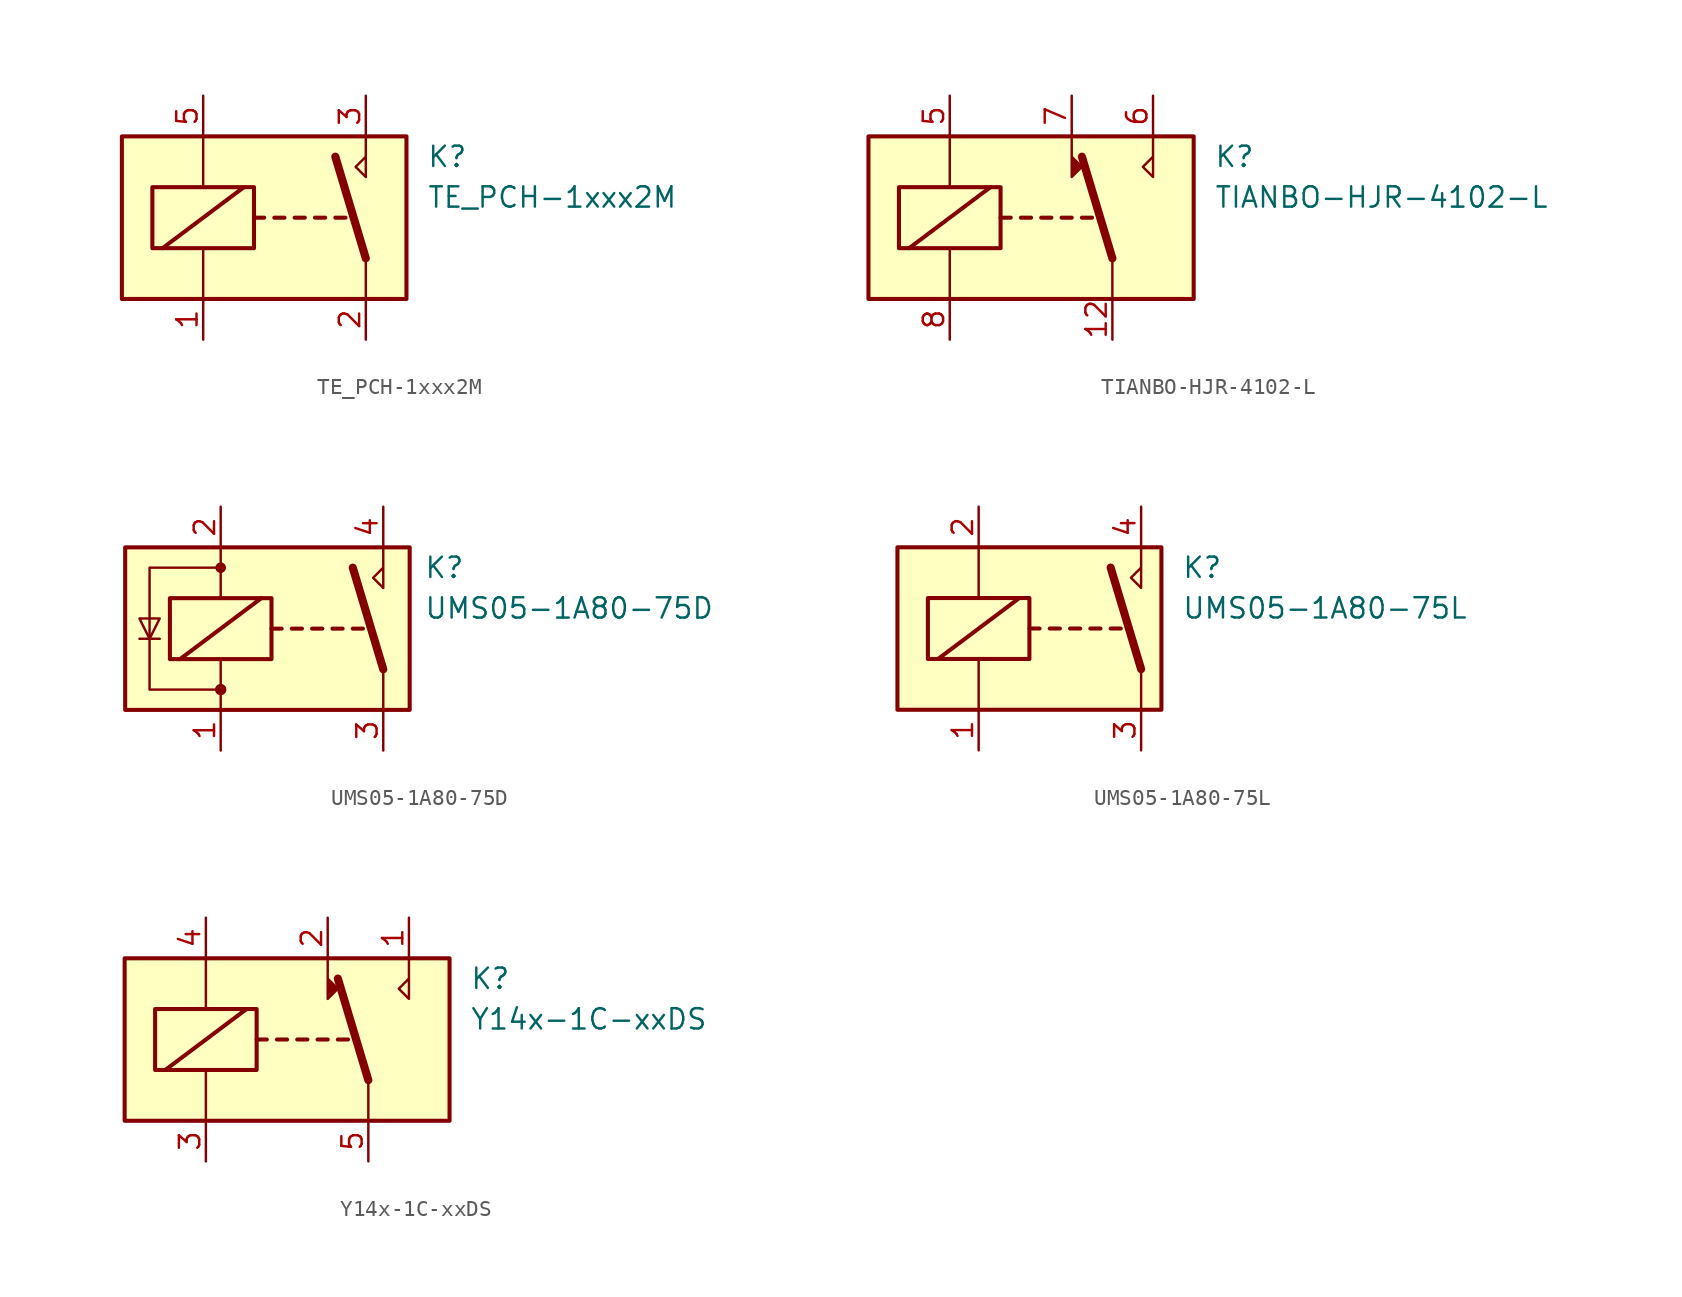
<source format=kicad_sym>
(kicad_symbol_lib
  (version 20200908)
  (generator kicad_symbol_editor)
  (symbol "Relay:TE_PCH-1xxx2M"
    (property "Reference" "K"
      (at 8.89 3.81 0)
      (effects (font (size 1.27 1.27)) (justify left)))
    (property "Value" "TE_PCH-1xxx2M"
      (at 8.89 1.27 0)
      (effects (font (size 1.27 1.27)) (justify left)))
    (symbol "TE_PCH-1xxx2M_0_1"
      (rectangle (start -10.16 5.08) (end 7.62 -5.08) (stroke (width 0.254)) (fill (type background)))
      (rectangle (start -8.255 1.905) (end -1.905 -1.905) (stroke (width 0.254)) (fill (type none)))
      (polyline (pts (xy -7.62 -1.905) (xy -2.54 1.905)) (stroke (width 0.254)) (fill (type none)))
      (polyline (pts (xy -5.08 -5.08) (xy -5.08 -1.905)) (stroke (width 0)) (fill (type none)))
      (polyline (pts (xy -5.08 5.08) (xy -5.08 1.905)) (stroke (width 0)) (fill (type none)))
      (polyline (pts (xy -1.905 0) (xy -1.27 0)) (stroke (width 0.254)) (fill (type none)))
      (polyline (pts (xy -0.635 0) (xy 0 0)) (stroke (width 0.254)) (fill (type none)))
      (polyline (pts (xy 0.635 0) (xy 1.27 0)) (stroke (width 0.254)) (fill (type none)))
      (polyline (pts (xy 1.905 0) (xy 2.54 0)) (stroke (width 0.254)) (fill (type none)))
      (polyline (pts (xy 3.175 0) (xy 3.81 0)) (stroke (width 0.254)) (fill (type none)))
      (polyline (pts (xy 5.08 -2.54) (xy 3.175 3.81)) (stroke (width 0.508)) (fill (type none)))
      (polyline (pts (xy 5.08 -2.54) (xy 5.08 -5.08)) (stroke (width 0)) (fill (type none))))
    (symbol "TE_PCH-1xxx2M_0_0"
      (polyline (pts (xy 5.08 5.08) (xy 5.08 2.54) (xy 4.445 3.175) (xy 5.08 3.81)) (stroke (width 0)) (fill (type none))))
    (symbol "TE_PCH-1xxx2M_1_1"
      (pin passive line (at -5.08 -7.62 90) (length 2.54) (name "~" (effects (font (size 1.27 1.27)))) (number "1" (effects (font (size 1.27 1.27)))))
      (pin passive line (at 5.08 -7.62 90) (length 2.54) (name "~" (effects (font (size 1.27 1.27)))) (number "2" (effects (font (size 1.27 1.27)))))
      (pin passive line (at 5.08 7.62 270) (length 2.54) (name "~" (effects (font (size 1.27 1.27)))) (number "3" (effects (font (size 1.27 1.27)))))
      (pin passive line (at -5.08 7.62 270) (length 2.54) (name "~" (effects (font (size 1.27 1.27)))) (number "5" (effects (font (size 1.27 1.27)))))))
  (symbol "Relay:TIANBO-HJR-4102-L"
    (property "Reference" "K"
      (at 11.43 3.81 0)
      (effects (font (size 1.27 1.27)) (justify left)))
    (property "Value" "TIANBO-HJR-4102-L"
      (at 11.43 1.27 0)
      (effects (font (size 1.27 1.27)) (justify left)))
    (symbol "TIANBO-HJR-4102-L_0_1"
      (rectangle (start -10.16 5.08) (end 10.16 -5.08) (stroke (width 0.254)) (fill (type background)))
      (rectangle (start -8.255 1.905) (end -1.905 -1.905) (stroke (width 0.254)) (fill (type none)))
      (polyline (pts (xy -7.62 -1.905) (xy -2.54 1.905)) (stroke (width 0.254)) (fill (type none)))
      (polyline (pts (xy -5.08 -5.08) (xy -5.08 -1.905)) (stroke (width 0)) (fill (type none)))
      (polyline (pts (xy -5.08 5.08) (xy -5.08 1.905)) (stroke (width 0)) (fill (type none)))
      (polyline (pts (xy -1.905 0) (xy -1.27 0)) (stroke (width 0.254)) (fill (type none)))
      (polyline (pts (xy -0.635 0) (xy 0 0)) (stroke (width 0.254)) (fill (type none)))
      (polyline (pts (xy 0.635 0) (xy 1.27 0)) (stroke (width 0.254)) (fill (type none)))
      (polyline (pts (xy 1.905 0) (xy 2.54 0)) (stroke (width 0.254)) (fill (type none)))
      (polyline (pts (xy 3.175 0) (xy 3.81 0)) (stroke (width 0.254)) (fill (type none)))
      (polyline (pts (xy 5.08 -2.54) (xy 3.175 3.81)) (stroke (width 0.508)) (fill (type none)))
      (polyline (pts (xy 5.08 -2.54) (xy 5.08 -5.08)) (stroke (width 0)) (fill (type none)))
      (polyline (pts (xy 2.54 5.08) (xy 2.54 2.54) (xy 3.175 3.175) (xy 2.54 3.81)) (stroke (width 0)) (fill (type outline))))
    (symbol "TIANBO-HJR-4102-L_0_0"
      (polyline (pts (xy 7.62 5.08) (xy 7.62 2.54) (xy 6.985 3.175) (xy 7.62 3.81)) (stroke (width 0)) (fill (type none))))
    (symbol "TIANBO-HJR-4102-L_1_1"
      (pin passive line (at 5.08 -7.62 90) (length 2.54) (name "~" (effects (font (size 1.27 1.27)))) (number "12" (effects (font (size 1.27 1.27)))))
      (pin passive line (at -5.08 7.62 270) (length 2.54) (name "~" (effects (font (size 1.27 1.27)))) (number "5" (effects (font (size 1.27 1.27)))))
      (pin passive line (at 7.62 7.62 270) (length 2.54) (name "~" (effects (font (size 1.27 1.27)))) (number "6" (effects (font (size 1.27 1.27)))))
      (pin passive line (at 2.54 7.62 270) (length 2.54) (name "~" (effects (font (size 1.27 1.27)))) (number "7" (effects (font (size 1.27 1.27)))))
      (pin passive line (at -5.08 -7.62 90) (length 2.54) (name "~" (effects (font (size 1.27 1.27)))) (number "8" (effects (font (size 1.27 1.27)))))))
  (symbol "Relay:UMS05-1A80-75D"
    (property "Reference" "K"
      (at 7.62 3.81 0)
      (effects (font (size 1.27 1.27)) (justify left)))
    (property "Value" "UMS05-1A80-75D"
      (at 7.62 1.27 0)
      (effects (font (size 1.27 1.27)) (justify left)))
    (symbol "UMS05-1A80-75D_0_1"
      (circle (center -5.08 -3.81) (radius 0.279) (stroke (width 0)) (fill (type outline)))
      (circle (center -5.08 3.81) (radius 0.254) (stroke (width 0)) (fill (type outline)))
      (rectangle (start -11.049 5.08) (end 6.731 -5.08) (stroke (width 0.254)) (fill (type background)))
      (rectangle (start -8.255 1.905) (end -1.905 -1.905) (stroke (width 0.254)) (fill (type none)))
      (polyline (pts (xy -8.89 -0.635) (xy -10.16 -0.635)) (stroke (width 0)) (fill (type none)))
      (polyline (pts (xy -7.62 -1.905) (xy -2.54 1.905)) (stroke (width 0.254)) (fill (type none)))
      (polyline (pts (xy -5.08 -5.08) (xy -5.08 -1.905)) (stroke (width 0)) (fill (type none)))
      (polyline (pts (xy -5.08 5.08) (xy -5.08 1.905)) (stroke (width 0)) (fill (type none)))
      (polyline (pts (xy -1.905 0) (xy -1.27 0)) (stroke (width 0.254)) (fill (type none)))
      (polyline (pts (xy -0.635 0) (xy 0 0)) (stroke (width 0.254)) (fill (type none)))
      (polyline (pts (xy 0.635 0) (xy 1.27 0)) (stroke (width 0.254)) (fill (type none)))
      (polyline (pts (xy 1.905 0) (xy 2.54 0)) (stroke (width 0.254)) (fill (type none)))
      (polyline (pts (xy 3.175 0) (xy 3.81 0)) (stroke (width 0.254)) (fill (type none)))
      (polyline (pts (xy 5.08 -2.54) (xy 3.175 3.81)) (stroke (width 0.508)) (fill (type none)))
      (polyline (pts (xy 5.08 -2.54) (xy 5.08 -5.08)) (stroke (width 0)) (fill (type none)))
      (polyline (pts (xy -9.525 -0.635) (xy -10.16 0.635) (xy -8.89 0.635) (xy -9.525 -0.635)) (stroke (width 0)) (fill (type none)))
      (polyline (pts (xy -5.08 3.81) (xy -9.525 3.81) (xy -9.525 -3.81) (xy -5.08 -3.81)) (stroke (width 0)) (fill (type none))))
    (symbol "UMS05-1A80-75D_0_0"
      (polyline (pts (xy 5.08 5.08) (xy 5.08 2.54) (xy 4.445 3.175) (xy 5.08 3.81)) (stroke (width 0)) (fill (type none))))
    (symbol "UMS05-1A80-75D_1_1"
      (pin passive line (at -5.08 -7.62 90) (length 2.54) (name "~" (effects (font (size 1.27 1.27)))) (number "1" (effects (font (size 1.27 1.27)))))
      (pin passive line (at -5.08 7.62 270) (length 2.54) (name "~" (effects (font (size 1.27 1.27)))) (number "2" (effects (font (size 1.27 1.27)))))
      (pin passive line (at 5.08 -7.62 90) (length 2.54) (name "~" (effects (font (size 1.27 1.27)))) (number "3" (effects (font (size 1.27 1.27)))))
      (pin passive line (at 5.08 7.62 270) (length 2.54) (name "~" (effects (font (size 1.27 1.27)))) (number "4" (effects (font (size 1.27 1.27)))))))
  (symbol "Relay:UMS05-1A80-75L"
    (property "Reference" "K"
      (at 7.62 3.81 0)
      (effects (font (size 1.27 1.27)) (justify left)))
    (property "Value" "UMS05-1A80-75L"
      (at 7.62 1.27 0)
      (effects (font (size 1.27 1.27)) (justify left)))
    (symbol "UMS05-1A80-75L_0_1"
      (rectangle (start -10.16 5.08) (end 6.35 -5.08) (stroke (width 0.254)) (fill (type background)))
      (rectangle (start -8.255 1.905) (end -1.905 -1.905) (stroke (width 0.254)) (fill (type none)))
      (polyline (pts (xy -7.62 -1.905) (xy -2.54 1.905)) (stroke (width 0.254)) (fill (type none)))
      (polyline (pts (xy -5.08 -5.08) (xy -5.08 -1.905)) (stroke (width 0)) (fill (type none)))
      (polyline (pts (xy -5.08 5.08) (xy -5.08 1.905)) (stroke (width 0)) (fill (type none)))
      (polyline (pts (xy -1.905 0) (xy -1.27 0)) (stroke (width 0.254)) (fill (type none)))
      (polyline (pts (xy -0.635 0) (xy 0 0)) (stroke (width 0.254)) (fill (type none)))
      (polyline (pts (xy 0.635 0) (xy 1.27 0)) (stroke (width 0.254)) (fill (type none)))
      (polyline (pts (xy 1.905 0) (xy 2.54 0)) (stroke (width 0.254)) (fill (type none)))
      (polyline (pts (xy 3.175 0) (xy 3.81 0)) (stroke (width 0.254)) (fill (type none)))
      (polyline (pts (xy 5.08 -2.54) (xy 3.175 3.81)) (stroke (width 0.508)) (fill (type none)))
      (polyline (pts (xy 5.08 -2.54) (xy 5.08 -5.08)) (stroke (width 0)) (fill (type none))))
    (symbol "UMS05-1A80-75L_0_0"
      (polyline (pts (xy 5.08 5.08) (xy 5.08 2.54) (xy 4.445 3.175) (xy 5.08 3.81)) (stroke (width 0)) (fill (type none))))
    (symbol "UMS05-1A80-75L_1_1"
      (pin passive line (at -5.08 -7.62 90) (length 2.54) (name "~" (effects (font (size 1.27 1.27)))) (number "1" (effects (font (size 1.27 1.27)))))
      (pin passive line (at -5.08 7.62 270) (length 2.54) (name "~" (effects (font (size 1.27 1.27)))) (number "2" (effects (font (size 1.27 1.27)))))
      (pin passive line (at 5.08 -7.62 90) (length 2.54) (name "~" (effects (font (size 1.27 1.27)))) (number "3" (effects (font (size 1.27 1.27)))))
      (pin passive line (at 5.08 7.62 270) (length 2.54) (name "~" (effects (font (size 1.27 1.27)))) (number "4" (effects (font (size 1.27 1.27)))))))
  (symbol "Relay:Y14x-1C-xxDS"
    (property "Reference" "K"
      (at 11.43 3.81 0)
      (effects (font (size 1.27 1.27)) (justify left)))
    (property "Value" "Y14x-1C-xxDS"
      (at 11.43 1.27 0)
      (effects (font (size 1.27 1.27)) (justify left)))
    (symbol "Y14x-1C-xxDS_0_1"
      (rectangle (start -10.16 5.08) (end 10.16 -5.08) (stroke (width 0.254)) (fill (type background)))
      (rectangle (start -8.255 1.905) (end -1.905 -1.905) (stroke (width 0.254)) (fill (type none)))
      (polyline (pts (xy -7.62 -1.905) (xy -2.54 1.905)) (stroke (width 0.254)) (fill (type none)))
      (polyline (pts (xy -5.08 -5.08) (xy -5.08 -1.905)) (stroke (width 0)) (fill (type none)))
      (polyline (pts (xy -5.08 5.08) (xy -5.08 1.905)) (stroke (width 0)) (fill (type none)))
      (polyline (pts (xy -1.905 0) (xy -1.27 0)) (stroke (width 0.254)) (fill (type none)))
      (polyline (pts (xy -0.635 0) (xy 0 0)) (stroke (width 0.254)) (fill (type none)))
      (polyline (pts (xy 0.635 0) (xy 1.27 0)) (stroke (width 0.254)) (fill (type none)))
      (polyline (pts (xy 1.905 0) (xy 2.54 0)) (stroke (width 0.254)) (fill (type none)))
      (polyline (pts (xy 3.175 0) (xy 3.81 0)) (stroke (width 0.254)) (fill (type none)))
      (polyline (pts (xy 5.08 -2.54) (xy 3.175 3.81)) (stroke (width 0.508)) (fill (type none)))
      (polyline (pts (xy 5.08 -2.54) (xy 5.08 -5.08)) (stroke (width 0)) (fill (type none)))
      (polyline (pts (xy 2.54 5.08) (xy 2.54 2.54) (xy 3.175 3.175) (xy 2.54 3.81)) (stroke (width 0)) (fill (type outline))))
    (symbol "Y14x-1C-xxDS_0_0"
      (polyline (pts (xy 7.62 5.08) (xy 7.62 2.54) (xy 6.985 3.175) (xy 7.62 3.81)) (stroke (width 0)) (fill (type none))))
    (symbol "Y14x-1C-xxDS_1_1"
      (pin passive line (at 7.62 7.62 270) (length 2.54) (name "~" (effects (font (size 1.27 1.27)))) (number "1" (effects (font (size 1.27 1.27)))))
      (pin passive line (at 2.54 7.62 270) (length 2.54) (name "~" (effects (font (size 1.27 1.27)))) (number "2" (effects (font (size 1.27 1.27)))))
      (pin passive line (at -5.08 -7.62 90) (length 2.54) (name "~" (effects (font (size 1.27 1.27)))) (number "3" (effects (font (size 1.27 1.27)))))
      (pin passive line (at -5.08 7.62 270) (length 2.54) (name "~" (effects (font (size 1.27 1.27)))) (number "4" (effects (font (size 1.27 1.27)))))
      (pin passive line (at 5.08 -7.62 90) (length 2.54) (name "~" (effects (font (size 1.27 1.27)))) (number "5" (effects (font (size 1.27 1.27)))))
      (pin passive line (at 5.08 -7.62 90) (length 2.54) hide (name "~" (effects (font (size 1.27 1.27)))) (number "6" (effects (font (size 1.27 1.27))))))))
</source>
